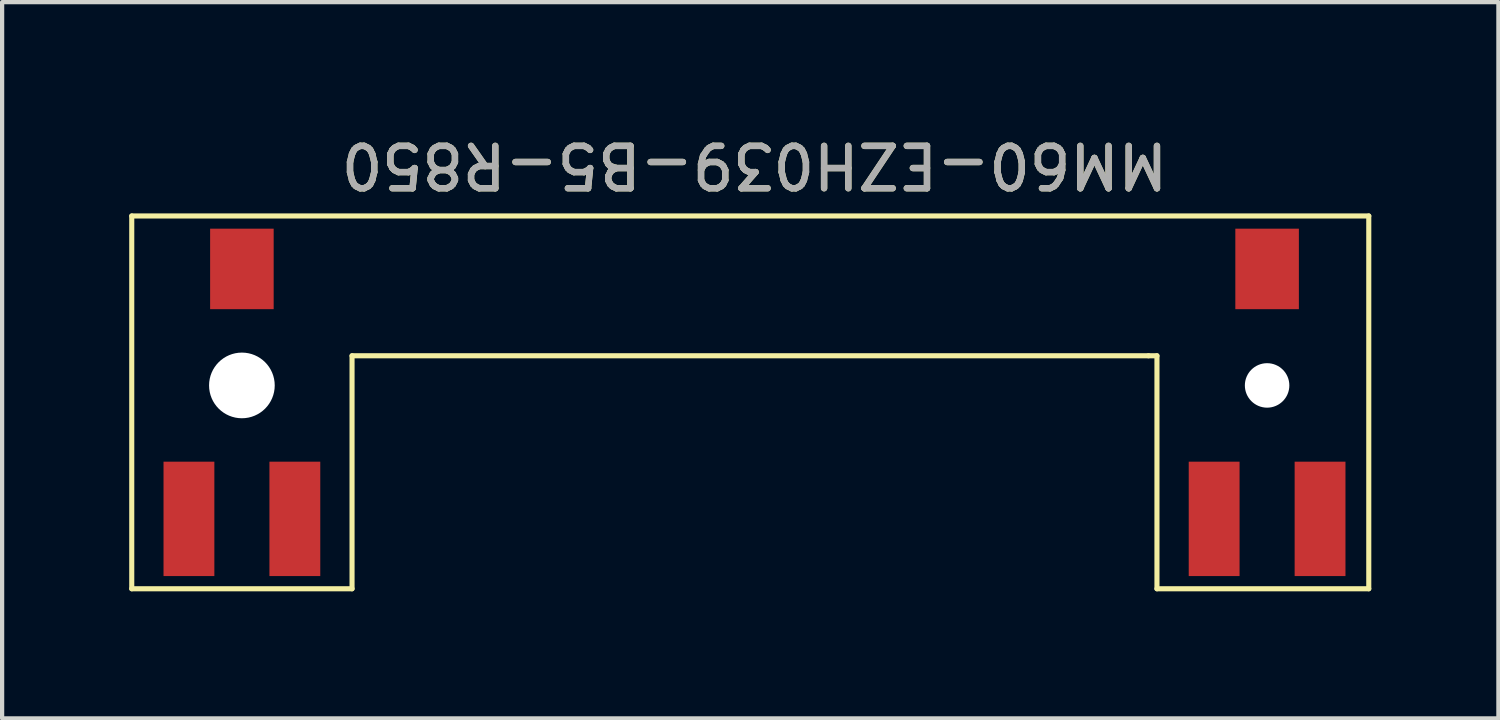
<source format=kicad_pcb>
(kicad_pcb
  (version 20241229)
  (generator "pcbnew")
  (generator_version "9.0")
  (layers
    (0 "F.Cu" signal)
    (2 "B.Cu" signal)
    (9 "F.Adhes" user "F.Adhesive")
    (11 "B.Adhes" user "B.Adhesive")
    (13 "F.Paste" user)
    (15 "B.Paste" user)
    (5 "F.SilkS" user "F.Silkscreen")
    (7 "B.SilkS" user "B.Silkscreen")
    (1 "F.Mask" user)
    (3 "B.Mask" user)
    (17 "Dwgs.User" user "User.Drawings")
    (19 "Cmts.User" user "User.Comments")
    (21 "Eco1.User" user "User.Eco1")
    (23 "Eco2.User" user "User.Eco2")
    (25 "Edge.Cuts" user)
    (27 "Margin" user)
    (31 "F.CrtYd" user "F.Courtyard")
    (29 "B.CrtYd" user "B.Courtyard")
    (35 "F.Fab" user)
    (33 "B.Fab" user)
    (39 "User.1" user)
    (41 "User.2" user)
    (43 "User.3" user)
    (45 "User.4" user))
  (footprint "MM60-EZH039-B5-R850"
    (layer "F.Cu")
    (at 14.76 6.048)
    (property "Reference" "MM60-EZH039-B5-R850" (at 0 -5.2 180) (unlocked yes) (layer "F.SilkS") (effects (font (size 1 1) (thickness 0.15))))
    (attr through_hole)
    (fp_line (start -14.7 -4) (end -14.7 4.8) (stroke (width 0.12) (type solid)) (layer "F.SilkS"))
    (fp_line (start -14.7 4.8) (end -9.5 4.8) (stroke (width 0.12) (type solid)) (layer "F.SilkS"))
    (fp_line (start -9.5 -0.7) (end 9.3 -0.7) (stroke (width 0.12) (type solid)) (layer "F.SilkS"))
    (fp_line (start -9.5 4.8) (end -9.5 -0.7) (stroke (width 0.12) (type solid)) (layer "F.SilkS"))
    (fp_line (start 9.5 -0.7) (end 9.3 -0.7) (stroke (width 0.12) (type solid)) (layer "F.SilkS"))
    (fp_line (start 9.5 4.8) (end 9.5 -0.7) (stroke (width 0.12) (type solid)) (layer "F.SilkS"))
    (fp_line (start 9.5 4.8) (end 14.5 4.8) (stroke (width 0.12) (type solid)) (layer "F.SilkS"))
    (fp_line (start 14.5 -4) (end -14.7 -4) (stroke (width 0.12) (type solid)) (layer "F.SilkS"))
    (fp_line (start 14.5 4.8) (end 14.5 -4) (stroke (width 0.12) (type solid)) (layer "F.SilkS"))
    (fp_text user "${REFERENCE}" (at 0 -5.2 180) (unlocked yes) (layer "F.Fab") (effects (font (size 1 1) (thickness 0.15))))
    (pad "" np_thru_hole circle (at -12.1 0) (size 1.55 1.55) (drill 1.55) (layers "*.Cu" "*.Mask"))
    (pad "" np_thru_hole circle (at 12.1 0) (size 1.05 1.05) (drill 1.05) (layers "*.Cu" "*.Mask"))
    (pad "1" smd rect (at -13.35 3.15) (size 1.2 2.7) (layers "F.Cu" "F.Mask" "F.Paste"))
    (pad "1" smd rect (at -12.1 -2.75) (size 1.5 1.9) (layers "F.Cu" "F.Mask" "F.Paste"))
    (pad "1" smd rect (at -10.85 3.15) (size 1.2 2.7) (layers "F.Cu" "F.Mask" "F.Paste"))
    (pad "1" smd rect (at 10.85 3.15) (size 1.2 2.7) (layers "F.Cu" "F.Mask" "F.Paste"))
    (pad "1" smd rect (at 12.1 -2.75) (size 1.5 1.9) (layers "F.Cu" "F.Mask" "F.Paste"))
    (pad "1" smd rect (at 13.35 3.15) (size 1.2 2.7) (layers "F.Cu" "F.Mask" "F.Paste")))
  (gr_rect
    (start -3 -3)
    (end 32.32 13.908)
    (stroke (width 0.1) (type default))
    (fill no)
    (layer "Edge.Cuts")))
</source>
